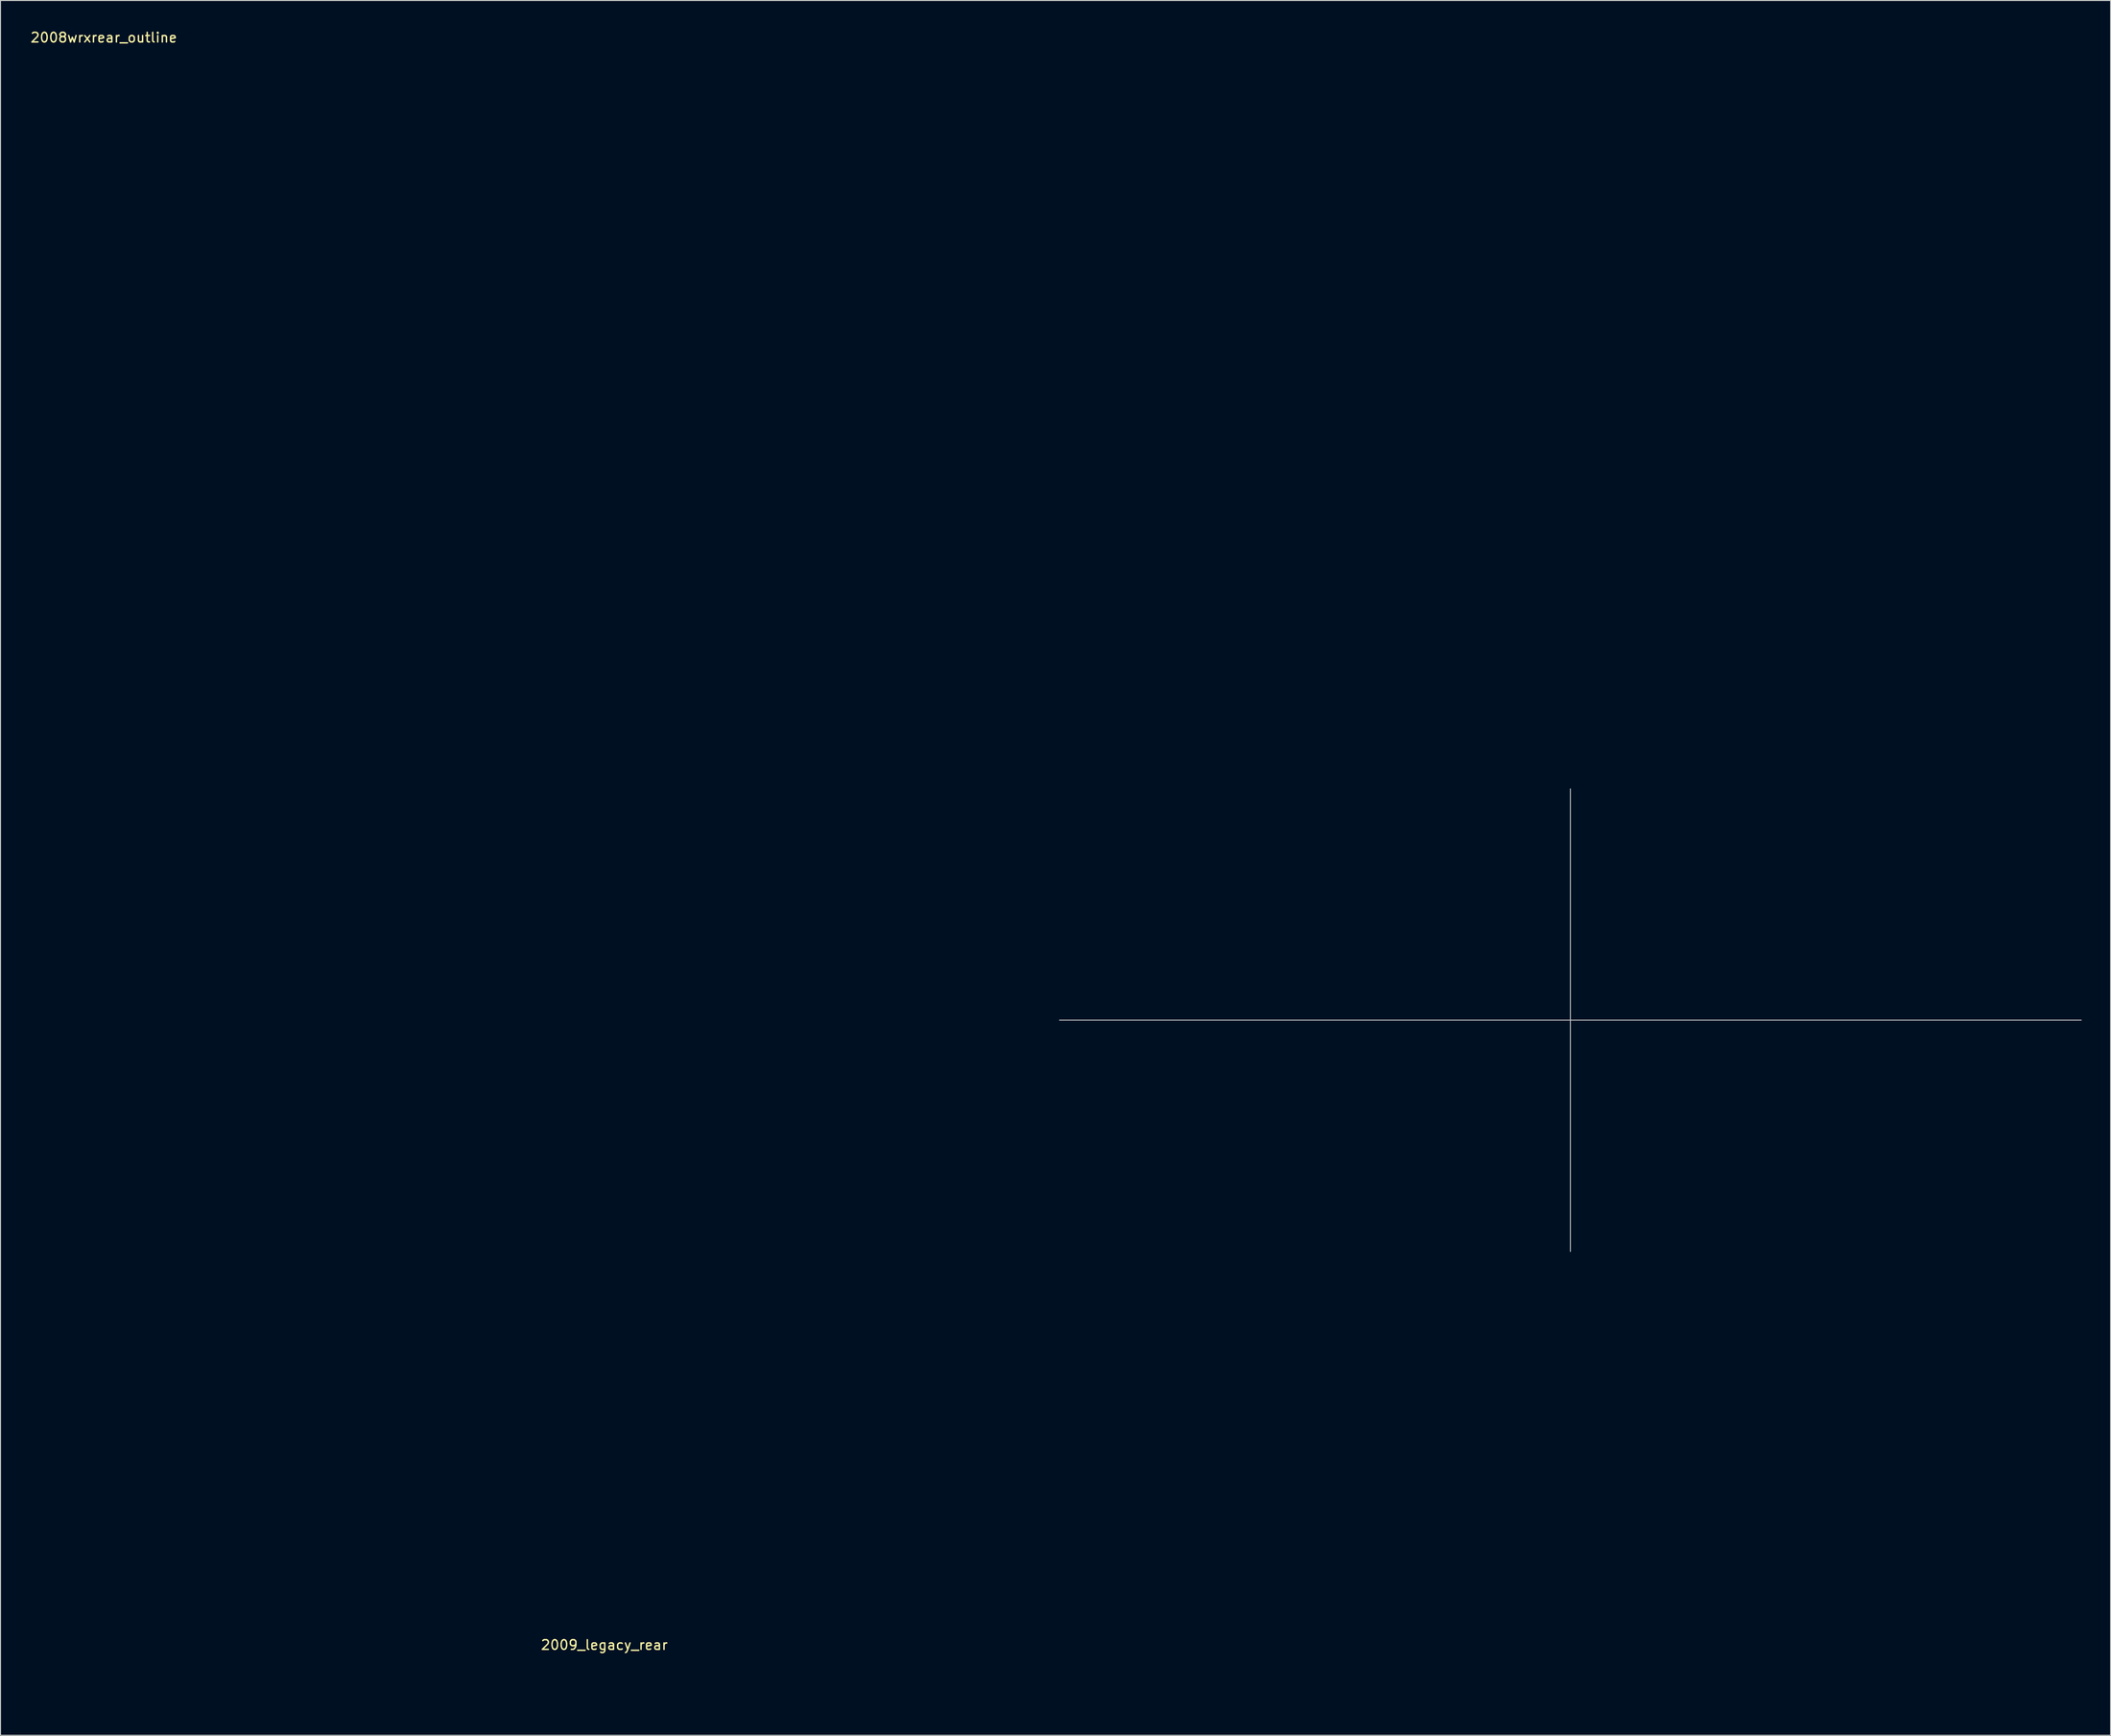
<source format=kicad_pcb>
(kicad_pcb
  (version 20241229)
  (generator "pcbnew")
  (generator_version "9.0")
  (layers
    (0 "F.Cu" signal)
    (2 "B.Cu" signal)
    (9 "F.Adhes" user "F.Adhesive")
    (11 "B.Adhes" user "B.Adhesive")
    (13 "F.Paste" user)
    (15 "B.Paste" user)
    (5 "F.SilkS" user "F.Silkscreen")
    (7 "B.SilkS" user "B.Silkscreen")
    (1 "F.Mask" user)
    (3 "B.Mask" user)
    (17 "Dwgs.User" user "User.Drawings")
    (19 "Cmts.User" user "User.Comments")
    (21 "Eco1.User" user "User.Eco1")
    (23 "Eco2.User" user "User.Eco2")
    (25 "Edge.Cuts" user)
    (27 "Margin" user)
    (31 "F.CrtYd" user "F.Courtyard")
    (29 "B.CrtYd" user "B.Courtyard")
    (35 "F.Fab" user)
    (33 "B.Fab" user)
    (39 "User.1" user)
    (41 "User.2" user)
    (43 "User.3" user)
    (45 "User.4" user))
  (footprint "2008wrxrear_outline"
    (layer "F.Cu")
    (at 7.72 0.348)
    (property "Reference" "2008wrxrear_outline" (at 0 0.5 0) (layer "F.SilkS") (effects (font (size 1 1) (thickness 0.15))))
    (attr through_hole)
    (fp_line (start 99.163 102.445) (end 205.163 102.445) (stroke (width 0.1) (type solid)) (layer "Dwgs.User"))
    (fp_line (start 152.163 126.445) (end 152.163 78.445) (stroke (width 0.1) (type solid)) (layer "Dwgs.User")))
  (footprint "2009_legacy_rear"
    (layer "F.Cu")
    (at 59.651 167.116)
    (property "Reference" "2009_legacy_rear" (at 0 0.5 0) (layer "F.SilkS") (effects (font (size 1 1) (thickness 0.15))))
    (attr through_hole)
    (fp_line (start -56.334 -19.644) (end -56.183 -18.285) (stroke (width 0.1) (type solid)) (layer "Eco2.User"))
    (fp_line (start -56.183 -18.285) (end -32.582 -17.222) (stroke (width 0.1) (type solid)) (layer "Eco2.User"))
    (fp_line (start -33.082 -22.222) (end -56.334 -19.644) (stroke (width 0.1) (type solid)) (layer "Eco2.User"))
    (fp_line (start -32.582 -17.222) (end -28.715 -14.03) (stroke (width 0.1) (type solid)) (layer "Eco2.User"))
    (fp_line (start -29.182 -25.922) (end -33.082 -22.222) (stroke (width 0.1) (type solid)) (layer "Eco2.User"))
    (fp_line (start -28.715 -14.03) (end -27.082 -5.722) (stroke (width 0.1) (type solid)) (layer "Eco2.User"))
    (fp_line (start -27.282 -32.822) (end -29.182 -25.922) (stroke (width 0.1) (type solid)) (layer "Eco2.User"))
    (fp_line (start -27.082 -5.722) (end -25.893 -5.854) (stroke (width 0.1) (type solid)) (layer "Eco2.User"))
    (fp_line (start -26.182 -32.822) (end -27.282 -32.822) (stroke (width 0.1) (type solid)) (layer "Eco2.User"))
    (fp_line (start -25.893 -5.854) (end -23.945 -14.03) (stroke (width 0.1) (type solid)) (layer "Eco2.User"))
    (fp_line (start -23.982 -25.922) (end -26.182 -32.822) (stroke (width 0.1) (type solid)) (layer "Eco2.User"))
    (fp_line (start -23.945 -14.03) (end -19.006 -17.906) (stroke (width 0.1) (type solid)) (layer "Eco2.User"))
    (fp_line (start -22.545 -3.898) (end -13.582 -5.722) (stroke (width 0.1) (type solid)) (layer "Eco2.User"))
    (fp_line (start -19.94 -22.61) (end -23.982 -25.922) (stroke (width 0.1) (type solid)) (layer "Eco2.User"))
    (fp_line (start -19.006 -17.906) (end 4.118 -20.022) (stroke (width 0.1) (type solid)) (layer "Eco2.User"))
    (fp_line (start -13.582 -5.722) (end -11.901 -7.311) (stroke (width 0.1) (type solid)) (layer "Eco2.User"))
    (fp_line (start -13.382 -2.722) (end -22.545 -3.898) (stroke (width 0.1) (type solid)) (layer "Eco2.User"))
    (fp_line (start -12.8 6.82) (end -13.082 -37.222) (stroke (width 0.1) (type solid)) (layer "Eco2.User"))
    (fp_line (start -12.082 -2.022) (end -13.382 -2.722) (stroke (width 0.1) (type solid)) (layer "Eco2.User"))
    (fp_line (start -11.901 -7.311) (end -10.582 -11.222) (stroke (width 0.1) (type solid)) (layer "Eco2.User"))
    (fp_line (start -10.582 -11.222) (end -8.759 -6.517) (stroke (width 0.1) (type solid)) (layer "Eco2.User"))
    (fp_line (start -10.296 3.248) (end -12.082 -2.022) (stroke (width 0.1) (type solid)) (layer "Eco2.User"))
    (fp_line (start -9.082 -1.422) (end -10.296 3.248) (stroke (width 0.1) (type solid)) (layer "Eco2.User"))
    (fp_line (start -8.759 -6.517) (end -7.374 -5.774) (stroke (width 0.1) (type solid)) (layer "Eco2.User"))
    (fp_line (start -7.374 -5.774) (end 2.683 -4.655) (stroke (width 0.1) (type solid)) (layer "Eco2.User"))
    (fp_line (start -7.169 -2.764) (end -9.082 -1.422) (stroke (width 0.1) (type solid)) (layer "Eco2.User"))
    (fp_line (start -6.282 -12.522) (end 0.318 -13.522) (stroke (width 0.1) (type solid)) (layer "Eco2.User"))
    (fp_line (start -6.282 -11.922) (end -6.282 -12.522) (stroke (width 0.1) (type solid)) (layer "Eco2.User"))
    (fp_line (start 0.318 -13.522) (end 1.678 -14.778) (stroke (width 0.1) (type solid)) (layer "Eco2.User"))
    (fp_line (start 0.318 -11.122) (end -6.282 -11.922) (stroke (width 0.1) (type solid)) (layer "Eco2.User"))
    (fp_line (start 1.518 -10.322) (end 0.318 -11.122) (stroke (width 0.1) (type solid)) (layer "Eco2.User"))
    (fp_line (start 1.678 -14.778) (end 2.354 -17.666) (stroke (width 0.1) (type solid)) (layer "Eco2.User"))
    (fp_line (start 2.354 -17.666) (end 3.071 -17.666) (stroke (width 0.1) (type solid)) (layer "Eco2.User"))
    (fp_line (start 2.618 -6.922) (end 1.518 -10.322) (stroke (width 0.1) (type solid)) (layer "Eco2.User"))
    (fp_line (start 2.683 -4.655) (end 12.418 -5.522) (stroke (width 0.1) (type solid)) (layer "Eco2.User"))
    (fp_line (start 2.968 -3.972) (end -7.169 -2.764) (stroke (width 0.1) (type solid)) (layer "Eco2.User"))
    (fp_line (start 3.071 -17.666) (end 4.062 -14.468) (stroke (width 0.1) (type solid)) (layer "Eco2.User"))
    (fp_line (start 3.318 -6.922) (end 2.618 -6.922) (stroke (width 0.1) (type solid)) (layer "Eco2.User"))
    (fp_line (start 3.467 -4.015) (end 2.968 -3.972) (stroke (width 0.1) (type solid)) (layer "Eco2.User"))
    (fp_line (start 4.016 -20.945) (end -19.94 -22.61) (stroke (width 0.1) (type solid)) (layer "Eco2.User"))
    (fp_line (start 4.062 -14.468) (end 5.218 -13.522) (stroke (width 0.1) (type solid)) (layer "Eco2.User"))
    (fp_line (start 4.118 -20.022) (end 15.226 -19.398) (stroke (width 0.1) (type solid)) (layer "Eco2.User"))
    (fp_line (start 4.218 -10.322) (end 3.318 -6.922) (stroke (width 0.1) (type solid)) (layer "Eco2.User"))
    (fp_line (start 5.218 -13.522) (end 13.318 -12.822) (stroke (width 0.1) (type solid)) (layer "Eco2.User"))
    (fp_line (start 5.392 -11.082) (end 4.218 -10.322) (stroke (width 0.1) (type solid)) (layer "Eco2.User"))
    (fp_line (start 12.092 -3.305) (end 3.467 -4.015) (stroke (width 0.1) (type solid)) (layer "Eco2.User"))
    (fp_line (start 12.418 -5.522) (end 13.261 -6.417) (stroke (width 0.1) (type solid)) (layer "Eco2.User"))
    (fp_line (start 13.261 -6.417) (end 14.138 -9.403) (stroke (width 0.1) (type solid)) (layer "Eco2.User"))
    (fp_line (start 13.318 -12.822) (end 21.218 -13.322) (stroke (width 0.1) (type solid)) (layer "Eco2.User"))
    (fp_line (start 13.393 -11.937) (end 5.392 -11.082) (stroke (width 0.1) (type solid)) (layer "Eco2.User"))
    (fp_line (start 13.533 -2.449) (end 12.092 -3.305) (stroke (width 0.1) (type solid)) (layer "Eco2.User"))
    (fp_line (start 14.138 -9.403) (end 15.418 -6.417) (stroke (width 0.1) (type solid)) (layer "Eco2.User"))
    (fp_line (start 14.702 0.496) (end 13.533 -2.449) (stroke (width 0.1) (type solid)) (layer "Eco2.User"))
    (fp_line (start 15.154 -21.358) (end 4.016 -20.945) (stroke (width 0.1) (type solid)) (layer "Eco2.User"))
    (fp_line (start 15.226 -19.398) (end 16.918 -18.222) (stroke (width 0.1) (type solid)) (layer "Eco2.User"))
    (fp_line (start 15.418 -6.417) (end 17.626 -5.289) (stroke (width 0.1) (type solid)) (layer "Eco2.User"))
    (fp_line (start 15.684 -2.449) (end 14.702 0.496) (stroke (width 0.1) (type solid)) (layer "Eco2.User"))
    (fp_line (start 16.918 -22.722) (end 15.154 -21.358) (stroke (width 0.1) (type solid)) (layer "Eco2.User"))
    (fp_line (start 16.918 -18.222) (end 17.675 -15.31) (stroke (width 0.1) (type solid)) (layer "Eco2.User"))
    (fp_line (start 17.613 -25.039) (end 16.918 -22.722) (stroke (width 0.1) (type solid)) (layer "Eco2.User"))
    (fp_line (start 17.626 -5.289) (end 25.311 -4.516) (stroke (width 0.1) (type solid)) (layer "Eco2.User"))
    (fp_line (start 17.626 -3.368) (end 15.684 -2.449) (stroke (width 0.1) (type solid)) (layer "Eco2.User"))
    (fp_line (start 17.675 -15.31) (end 18.22 -15.338) (stroke (width 0.1) (type solid)) (layer "Eco2.User"))
    (fp_line (start 18.121 -25.058) (end 17.613 -25.039) (stroke (width 0.1) (type solid)) (layer "Eco2.User"))
    (fp_line (start 18.22 -15.338) (end 18.918 -18.222) (stroke (width 0.1) (type solid)) (layer "Eco2.User"))
    (fp_line (start 18.766 -22.722) (end 18.121 -25.058) (stroke (width 0.1) (type solid)) (layer "Eco2.User"))
    (fp_line (start 18.918 -18.222) (end 20.782 -19.342) (stroke (width 0.1) (type solid)) (layer "Eco2.User"))
    (fp_line (start 20.782 -21.498) (end 18.766 -22.722) (stroke (width 0.1) (type solid)) (layer "Eco2.User"))
    (fp_line (start 20.782 -19.342) (end 32.162 -19.926) (stroke (width 0.1) (type solid)) (layer "Eco2.User"))
    (fp_line (start 21.218 -13.322) (end 22.218 -14.222) (stroke (width 0.1) (type solid)) (layer "Eco2.User"))
    (fp_line (start 21.402 -11.151) (end 13.393 -11.937) (stroke (width 0.1) (type solid)) (layer "Eco2.User"))
    (fp_line (start 22.218 -14.222) (end 22.918 -16.822) (stroke (width 0.1) (type solid)) (layer "Eco2.User"))
    (fp_line (start 22.3 -10.582) (end 21.402 -11.151) (stroke (width 0.1) (type solid)) (layer "Eco2.User"))
    (fp_line (start 22.918 -16.822) (end 23.352 -16.85) (stroke (width 0.1) (type solid)) (layer "Eco2.User"))
    (fp_line (start 23.336 -7.534) (end 22.3 -10.582) (stroke (width 0.1) (type solid)) (layer "Eco2.User"))
    (fp_line (start 23.352 -16.85) (end 24.418 -14.222) (stroke (width 0.1) (type solid)) (layer "Eco2.User"))
    (fp_line (start 23.797 -7.56) (end 23.336 -7.534) (stroke (width 0.1) (type solid)) (layer "Eco2.User"))
    (fp_line (start 24.418 -14.222) (end 25.518 -13.422) (stroke (width 0.1) (type solid)) (layer "Eco2.User"))
    (fp_line (start 24.518 -10.422) (end 23.797 -7.56) (stroke (width 0.1) (type solid)) (layer "Eco2.User"))
    (fp_line (start 24.705 -3.953) (end 17.626 -3.368) (stroke (width 0.1) (type solid)) (layer "Eco2.User"))
    (fp_line (start 25.311 -4.516) (end 24.705 -3.953) (stroke (width 0.1) (type solid)) (layer "Eco2.User"))
    (fp_line (start 25.518 -13.422) (end 32.618 -12.722) (stroke (width 0.1) (type solid)) (layer "Eco2.User"))
    (fp_line (start 25.585 -11.348) (end 24.518 -10.422) (stroke (width 0.1) (type solid)) (layer "Eco2.User"))
    (fp_line (start 31.898 -20.882) (end 20.782 -21.498) (stroke (width 0.1) (type solid)) (layer "Eco2.User"))
    (fp_line (start 32.162 -19.926) (end 31.898 -20.882) (stroke (width 0.1) (type solid)) (layer "Eco2.User"))
    (fp_line (start 32.318 -11.722) (end 25.585 -11.348) (stroke (width 0.1) (type solid)) (layer "Eco2.User"))
    (fp_line (start 32.618 -12.722) (end 32.318 -11.722) (stroke (width 0.1) (type solid)) (layer "Eco2.User"))
    (fp_line (start 33.719 -15.499) (end -59.601 -14.903) (stroke (width 0.1) (type solid)) (layer "Eco2.User"))
    (fp_circle (center -32.115 -19.932) (end -33.615 -19.932) (stroke (width 0.1) (type solid)) (fill no) (layer "Eco2.User"))
    (fp_circle (center -26.506 -25.469) (end -28.006 -25.469) (stroke (width 0.1) (type solid)) (fill no) (layer "Eco2.User"))
    (fp_circle (center -26.435 -15.966) (end -27.935 -15.966) (stroke (width 0.1) (type solid)) (fill no) (layer "Eco2.User"))
    (fp_circle (center -19.326 -20.182) (end -20.826 -20.182) (stroke (width 0.1) (type solid)) (fill no) (layer "Eco2.User"))
    (fp_circle (center -10.228 -4.148) (end -11.728 -4.148) (stroke (width 0.1) (type solid)) (fill no) (layer "Eco2.User"))
    (fp_circle (center 2.814 -12.418) (end 1.314 -12.418) (stroke (width 0.1) (type solid)) (fill no) (layer "Eco2.User"))
    (fp_circle (center 14.534 -4.313) (end 13.034 -4.313) (stroke (width 0.1) (type solid)) (fill no) (layer "Eco2.User"))
    (fp_circle (center 17.913 -20.526) (end 16.413 -20.526) (stroke (width 0.1) (type solid)) (fill no) (layer "Eco2.User"))
    (fp_circle (center 23.364 -12.381) (end 21.864 -12.381) (stroke (width 0.1) (type solid)) (fill no) (layer "Eco2.User")))
  (gr_rect
    (start -3 -3)
    (end 215.933 176.986)
    (stroke (width 0.1) (type default))
    (fill no)
    (layer "Edge.Cuts")))
</source>
